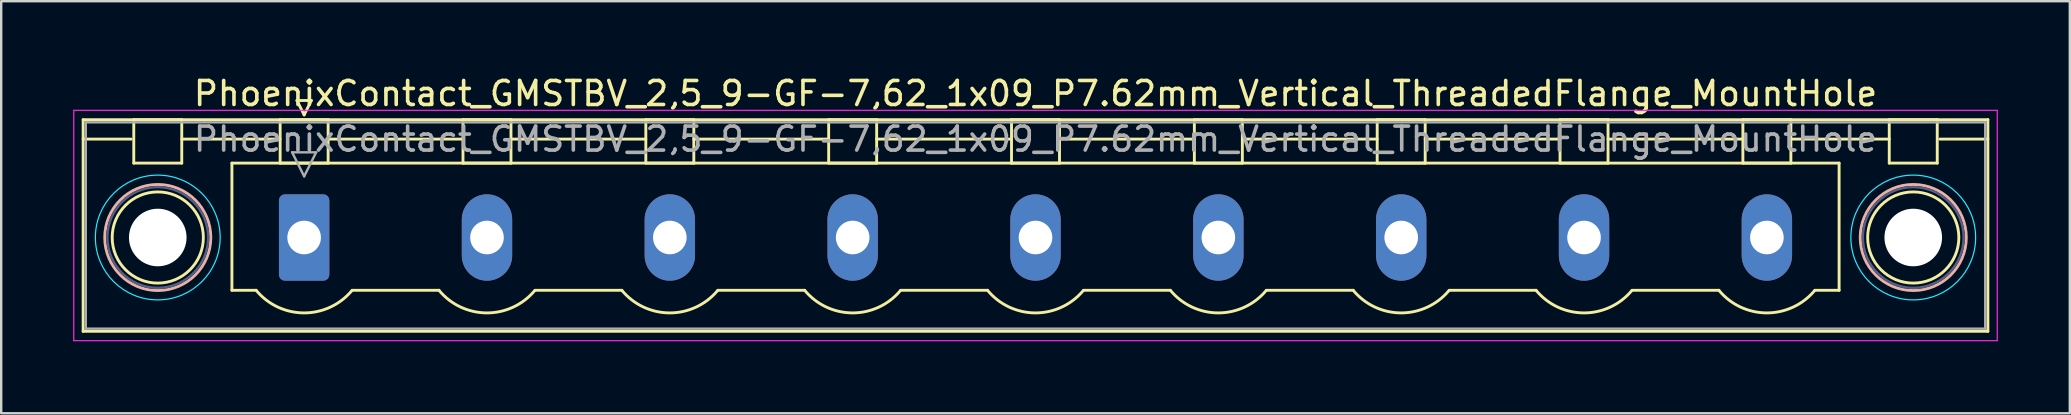
<source format=kicad_pcb>
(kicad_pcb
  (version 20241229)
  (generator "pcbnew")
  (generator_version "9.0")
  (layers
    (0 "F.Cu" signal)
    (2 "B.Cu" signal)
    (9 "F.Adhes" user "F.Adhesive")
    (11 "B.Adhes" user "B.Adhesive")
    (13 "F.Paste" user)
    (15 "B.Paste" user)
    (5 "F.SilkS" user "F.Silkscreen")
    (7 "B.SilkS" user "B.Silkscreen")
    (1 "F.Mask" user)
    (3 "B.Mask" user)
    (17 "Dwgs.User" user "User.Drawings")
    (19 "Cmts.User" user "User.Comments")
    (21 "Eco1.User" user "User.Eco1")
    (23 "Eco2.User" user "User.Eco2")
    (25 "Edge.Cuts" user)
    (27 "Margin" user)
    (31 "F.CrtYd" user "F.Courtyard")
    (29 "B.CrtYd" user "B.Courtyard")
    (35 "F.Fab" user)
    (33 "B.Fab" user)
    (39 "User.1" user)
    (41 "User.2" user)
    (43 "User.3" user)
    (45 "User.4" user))
  (footprint "PhoenixContact_GMSTBV_2,5_9-GF-7,62_1x09_P7.62mm_Vertical_ThreadedFlange_MountHole"
    (layer "F.Cu")
    (at 9.625 6.848)
    (property "Reference" "PhoenixContact_GMSTBV_2,5_9-GF-7,62_1x09_P7.62mm_Vertical_ThreadedFlange_MountHole" (at 30.48 -6 0) (layer "F.SilkS") (effects (font (size 1 1) (thickness 0.15))))
    (attr through_hole)
    (fp_line (start -9.21 -4.91) (end -9.21 3.91) (stroke (width 0.12) (type solid)) (layer "F.SilkS"))
    (fp_line (start -9.21 -4.1) (end -7.21 -4.1) (stroke (width 0.12) (type solid)) (layer "F.SilkS"))
    (fp_line (start -9.21 3.91) (end 70.17 3.91) (stroke (width 0.12) (type solid)) (layer "F.SilkS"))
    (fp_line (start -7.1 -4.91) (end -5.1 -4.91) (stroke (width 0.12) (type solid)) (layer "F.SilkS"))
    (fp_line (start -7.1 -3.1) (end -7.1 -4.91) (stroke (width 0.12) (type solid)) (layer "F.SilkS"))
    (fp_line (start -5.1 -4.91) (end -5.1 -3.1) (stroke (width 0.12) (type solid)) (layer "F.SilkS"))
    (fp_line (start -5.1 -4.1) (end -1 -4.1) (stroke (width 0.12) (type solid)) (layer "F.SilkS"))
    (fp_line (start -5.1 -3.1) (end -7.1 -3.1) (stroke (width 0.12) (type solid)) (layer "F.SilkS"))
    (fp_line (start -3.01 -3.1) (end 63.97 -3.1) (stroke (width 0.12) (type solid)) (layer "F.SilkS"))
    (fp_line (start -3.01 2.2) (end -3.01 -3.1) (stroke (width 0.12) (type solid)) (layer "F.SilkS"))
    (fp_line (start -2 2.2) (end -3.01 2.2) (stroke (width 0.12) (type solid)) (layer "F.SilkS"))
    (fp_line (start -1 -4.91) (end 1 -4.91) (stroke (width 0.12) (type solid)) (layer "F.SilkS"))
    (fp_line (start -1 -3.1) (end -1 -4.91) (stroke (width 0.12) (type solid)) (layer "F.SilkS"))
    (fp_line (start -0.3 -5.71) (end 0.3 -5.71) (stroke (width 0.12) (type solid)) (layer "F.SilkS"))
    (fp_line (start 0 -5.11) (end -0.3 -5.71) (stroke (width 0.12) (type solid)) (layer "F.SilkS"))
    (fp_line (start 0.3 -5.71) (end 0 -5.11) (stroke (width 0.12) (type solid)) (layer "F.SilkS"))
    (fp_line (start 1 -4.91) (end 1 -3.1) (stroke (width 0.12) (type solid)) (layer "F.SilkS"))
    (fp_line (start 1 -4.1) (end 6.62 -4.1) (stroke (width 0.12) (type solid)) (layer "F.SilkS"))
    (fp_line (start 1 -3.1) (end -1 -3.1) (stroke (width 0.12) (type solid)) (layer "F.SilkS"))
    (fp_line (start 2 2.2) (end 5.62 2.2) (stroke (width 0.12) (type solid)) (layer "F.SilkS"))
    (fp_line (start 6.62 -4.91) (end 8.62 -4.91) (stroke (width 0.12) (type solid)) (layer "F.SilkS"))
    (fp_line (start 6.62 -3.1) (end 6.62 -4.91) (stroke (width 0.12) (type solid)) (layer "F.SilkS"))
    (fp_line (start 8.62 -4.91) (end 8.62 -3.1) (stroke (width 0.12) (type solid)) (layer "F.SilkS"))
    (fp_line (start 8.62 -4.1) (end 14.24 -4.1) (stroke (width 0.12) (type solid)) (layer "F.SilkS"))
    (fp_line (start 8.62 -3.1) (end 6.62 -3.1) (stroke (width 0.12) (type solid)) (layer "F.SilkS"))
    (fp_line (start 9.62 2.2) (end 13.24 2.2) (stroke (width 0.12) (type solid)) (layer "F.SilkS"))
    (fp_line (start 14.24 -4.91) (end 16.24 -4.91) (stroke (width 0.12) (type solid)) (layer "F.SilkS"))
    (fp_line (start 14.24 -3.1) (end 14.24 -4.91) (stroke (width 0.12) (type solid)) (layer "F.SilkS"))
    (fp_line (start 16.24 -4.91) (end 16.24 -3.1) (stroke (width 0.12) (type solid)) (layer "F.SilkS"))
    (fp_line (start 16.24 -4.1) (end 21.86 -4.1) (stroke (width 0.12) (type solid)) (layer "F.SilkS"))
    (fp_line (start 16.24 -3.1) (end 14.24 -3.1) (stroke (width 0.12) (type solid)) (layer "F.SilkS"))
    (fp_line (start 17.24 2.2) (end 20.86 2.2) (stroke (width 0.12) (type solid)) (layer "F.SilkS"))
    (fp_line (start 21.86 -4.91) (end 23.86 -4.91) (stroke (width 0.12) (type solid)) (layer "F.SilkS"))
    (fp_line (start 21.86 -3.1) (end 21.86 -4.91) (stroke (width 0.12) (type solid)) (layer "F.SilkS"))
    (fp_line (start 23.86 -4.91) (end 23.86 -3.1) (stroke (width 0.12) (type solid)) (layer "F.SilkS"))
    (fp_line (start 23.86 -4.1) (end 29.48 -4.1) (stroke (width 0.12) (type solid)) (layer "F.SilkS"))
    (fp_line (start 23.86 -3.1) (end 21.86 -3.1) (stroke (width 0.12) (type solid)) (layer "F.SilkS"))
    (fp_line (start 24.86 2.2) (end 28.48 2.2) (stroke (width 0.12) (type solid)) (layer "F.SilkS"))
    (fp_line (start 29.48 -4.91) (end 31.48 -4.91) (stroke (width 0.12) (type solid)) (layer "F.SilkS"))
    (fp_line (start 29.48 -3.1) (end 29.48 -4.91) (stroke (width 0.12) (type solid)) (layer "F.SilkS"))
    (fp_line (start 31.48 -4.91) (end 31.48 -3.1) (stroke (width 0.12) (type solid)) (layer "F.SilkS"))
    (fp_line (start 31.48 -4.1) (end 37.1 -4.1) (stroke (width 0.12) (type solid)) (layer "F.SilkS"))
    (fp_line (start 31.48 -3.1) (end 29.48 -3.1) (stroke (width 0.12) (type solid)) (layer "F.SilkS"))
    (fp_line (start 32.48 2.2) (end 36.1 2.2) (stroke (width 0.12) (type solid)) (layer "F.SilkS"))
    (fp_line (start 37.1 -4.91) (end 39.1 -4.91) (stroke (width 0.12) (type solid)) (layer "F.SilkS"))
    (fp_line (start 37.1 -3.1) (end 37.1 -4.91) (stroke (width 0.12) (type solid)) (layer "F.SilkS"))
    (fp_line (start 39.1 -4.91) (end 39.1 -3.1) (stroke (width 0.12) (type solid)) (layer "F.SilkS"))
    (fp_line (start 39.1 -4.1) (end 44.72 -4.1) (stroke (width 0.12) (type solid)) (layer "F.SilkS"))
    (fp_line (start 39.1 -3.1) (end 37.1 -3.1) (stroke (width 0.12) (type solid)) (layer "F.SilkS"))
    (fp_line (start 40.1 2.2) (end 43.72 2.2) (stroke (width 0.12) (type solid)) (layer "F.SilkS"))
    (fp_line (start 44.72 -4.91) (end 46.72 -4.91) (stroke (width 0.12) (type solid)) (layer "F.SilkS"))
    (fp_line (start 44.72 -3.1) (end 44.72 -4.91) (stroke (width 0.12) (type solid)) (layer "F.SilkS"))
    (fp_line (start 46.72 -4.91) (end 46.72 -3.1) (stroke (width 0.12) (type solid)) (layer "F.SilkS"))
    (fp_line (start 46.72 -4.1) (end 52.34 -4.1) (stroke (width 0.12) (type solid)) (layer "F.SilkS"))
    (fp_line (start 46.72 -3.1) (end 44.72 -3.1) (stroke (width 0.12) (type solid)) (layer "F.SilkS"))
    (fp_line (start 47.72 2.2) (end 51.34 2.2) (stroke (width 0.12) (type solid)) (layer "F.SilkS"))
    (fp_line (start 52.34 -4.91) (end 54.34 -4.91) (stroke (width 0.12) (type solid)) (layer "F.SilkS"))
    (fp_line (start 52.34 -3.1) (end 52.34 -4.91) (stroke (width 0.12) (type solid)) (layer "F.SilkS"))
    (fp_line (start 54.34 -4.91) (end 54.34 -3.1) (stroke (width 0.12) (type solid)) (layer "F.SilkS"))
    (fp_line (start 54.34 -4.1) (end 59.96 -4.1) (stroke (width 0.12) (type solid)) (layer "F.SilkS"))
    (fp_line (start 54.34 -3.1) (end 52.34 -3.1) (stroke (width 0.12) (type solid)) (layer "F.SilkS"))
    (fp_line (start 55.34 2.2) (end 58.96 2.2) (stroke (width 0.12) (type solid)) (layer "F.SilkS"))
    (fp_line (start 59.96 -4.91) (end 61.96 -4.91) (stroke (width 0.12) (type solid)) (layer "F.SilkS"))
    (fp_line (start 59.96 -3.1) (end 59.96 -4.91) (stroke (width 0.12) (type solid)) (layer "F.SilkS"))
    (fp_line (start 61.96 -4.91) (end 61.96 -3.1) (stroke (width 0.12) (type solid)) (layer "F.SilkS"))
    (fp_line (start 61.96 -4.1) (end 66.06 -4.1) (stroke (width 0.12) (type solid)) (layer "F.SilkS"))
    (fp_line (start 61.96 -3.1) (end 59.96 -3.1) (stroke (width 0.12) (type solid)) (layer "F.SilkS"))
    (fp_line (start 63.97 -3.1) (end 63.97 2.2) (stroke (width 0.12) (type solid)) (layer "F.SilkS"))
    (fp_line (start 63.97 2.2) (end 62.96 2.2) (stroke (width 0.12) (type solid)) (layer "F.SilkS"))
    (fp_line (start 66.06 -4.91) (end 68.06 -4.91) (stroke (width 0.12) (type solid)) (layer "F.SilkS"))
    (fp_line (start 66.06 -3.1) (end 66.06 -4.91) (stroke (width 0.12) (type solid)) (layer "F.SilkS"))
    (fp_line (start 68.06 -4.91) (end 68.06 -3.1) (stroke (width 0.12) (type solid)) (layer "F.SilkS"))
    (fp_line (start 68.06 -3.1) (end 66.06 -3.1) (stroke (width 0.12) (type solid)) (layer "F.SilkS"))
    (fp_line (start 70.17 -4.91) (end -9.21 -4.91) (stroke (width 0.12) (type solid)) (layer "F.SilkS"))
    (fp_line (start 70.17 -4.1) (end 68.17 -4.1) (stroke (width 0.12) (type solid)) (layer "F.SilkS"))
    (fp_line (start 70.17 3.91) (end 70.17 -4.91) (stroke (width 0.12) (type solid)) (layer "F.SilkS"))
    (fp_arc (start 1.986842 2.215821) (mid -0.010289 3.142758) (end -2 2.2) (stroke (width 0.12) (type solid)) (layer "F.SilkS"))
    (fp_arc (start 9.606842 2.215821) (mid 7.609711 3.142758) (end 5.62 2.2) (stroke (width 0.12) (type solid)) (layer "F.SilkS"))
    (fp_arc (start 17.226842 2.215821) (mid 15.229711 3.142758) (end 13.24 2.2) (stroke (width 0.12) (type solid)) (layer "F.SilkS"))
    (fp_arc (start 24.846842 2.215821) (mid 22.849711 3.142758) (end 20.86 2.2) (stroke (width 0.12) (type solid)) (layer "F.SilkS"))
    (fp_arc (start 32.466842 2.215821) (mid 30.469711 3.142758) (end 28.48 2.2) (stroke (width 0.12) (type solid)) (layer "F.SilkS"))
    (fp_arc (start 40.086842 2.215821) (mid 38.089711 3.142758) (end 36.1 2.2) (stroke (width 0.12) (type solid)) (layer "F.SilkS"))
    (fp_arc (start 47.706842 2.215821) (mid 45.709711 3.142758) (end 43.72 2.2) (stroke (width 0.12) (type solid)) (layer "F.SilkS"))
    (fp_arc (start 55.326842 2.215821) (mid 53.329711 3.142758) (end 51.34 2.2) (stroke (width 0.12) (type solid)) (layer "F.SilkS"))
    (fp_arc (start 62.946842 2.215821) (mid 60.949711 3.142758) (end 58.96 2.2) (stroke (width 0.12) (type solid)) (layer "F.SilkS"))
    (fp_circle (center -6.1 0) (end -4.2 0) (stroke (width 0.12) (type solid)) (fill no) (layer "F.SilkS"))
    (fp_circle (center 67.06 0) (end 68.96 0) (stroke (width 0.12) (type solid)) (fill no) (layer "F.SilkS"))
    (fp_circle (center -6.1 0) (end -3.89 0) (stroke (width 0.12) (type solid)) (fill no) (layer "B.SilkS"))
    (fp_circle (center 67.06 0) (end 69.27 0) (stroke (width 0.12) (type solid)) (fill no) (layer "B.SilkS"))
    (fp_circle (center -6.1 0) (end -3.5 0) (stroke (width 0.05) (type solid)) (fill no) (layer "B.CrtYd"))
    (fp_circle (center 67.06 0) (end 69.66 0) (stroke (width 0.05) (type solid)) (fill no) (layer "B.CrtYd"))
    (fp_line (start -9.6 -5.3) (end -9.6 4.3) (stroke (width 0.05) (type solid)) (layer "F.CrtYd"))
    (fp_line (start -9.6 4.3) (end 70.56 4.3) (stroke (width 0.05) (type solid)) (layer "F.CrtYd"))
    (fp_line (start 70.56 -5.3) (end -9.6 -5.3) (stroke (width 0.05) (type solid)) (layer "F.CrtYd"))
    (fp_line (start 70.56 4.3) (end 70.56 -5.3) (stroke (width 0.05) (type solid)) (layer "F.CrtYd"))
    (fp_circle (center -6.1 0) (end -4 0) (stroke (width 0.1) (type solid)) (fill no) (layer "B.Fab"))
    (fp_circle (center 67.06 0) (end 69.16 0) (stroke (width 0.1) (type solid)) (fill no) (layer "B.Fab"))
    (fp_line (start -9.1 -4.8) (end -9.1 3.8) (stroke (width 0.1) (type solid)) (layer "F.Fab"))
    (fp_line (start -9.1 3.8) (end 70.06 3.8) (stroke (width 0.1) (type solid)) (layer "F.Fab"))
    (fp_line (start -0.5 -3.55) (end 0.5 -3.55) (stroke (width 0.1) (type solid)) (layer "F.Fab"))
    (fp_line (start 0 -2.55) (end -0.5 -3.55) (stroke (width 0.1) (type solid)) (layer "F.Fab"))
    (fp_line (start 0.5 -3.55) (end 0 -2.55) (stroke (width 0.1) (type solid)) (layer "F.Fab"))
    (fp_line (start 70.06 -4.8) (end -9.1 -4.8) (stroke (width 0.1) (type solid)) (layer "F.Fab"))
    (fp_line (start 70.06 3.8) (end 70.06 -4.8) (stroke (width 0.1) (type solid)) (layer "F.Fab"))
    (fp_text user "${REFERENCE}" (at 30.48 -4.1 0) (layer "F.Fab") (effects (font (size 1 1) (thickness 0.15))))
    (pad "" np_thru_hole circle (at -6.1 0) (size 2.4 2.4) (drill 2.4) (layers "*.Cu" "*.Mask"))
    (pad "" np_thru_hole circle (at 67.06 0) (size 2.4 2.4) (drill 2.4) (layers "*.Cu" "*.Mask"))
    (pad "1" thru_hole roundrect (at 0 0) (size 2.1 3.6) (drill 1.4) (layers "*.Cu" "*.Mask") (roundrect_rratio 0.119))
    (pad "2" thru_hole oval (at 7.62 0) (size 2.1 3.6) (drill 1.4) (layers "*.Cu" "*.Mask"))
    (pad "3" thru_hole oval (at 15.24 0) (size 2.1 3.6) (drill 1.4) (layers "*.Cu" "*.Mask"))
    (pad "4" thru_hole oval (at 22.86 0) (size 2.1 3.6) (drill 1.4) (layers "*.Cu" "*.Mask"))
    (pad "5" thru_hole oval (at 30.48 0) (size 2.1 3.6) (drill 1.4) (layers "*.Cu" "*.Mask"))
    (pad "6" thru_hole oval (at 38.1 0) (size 2.1 3.6) (drill 1.4) (layers "*.Cu" "*.Mask"))
    (pad "7" thru_hole oval (at 45.72 0) (size 2.1 3.6) (drill 1.4) (layers "*.Cu" "*.Mask"))
    (pad "8" thru_hole oval (at 53.34 0) (size 2.1 3.6) (drill 1.4) (layers "*.Cu" "*.Mask"))
    (pad "9" thru_hole oval (at 60.96 0) (size 2.1 3.6) (drill 1.4) (layers "*.Cu" "*.Mask")))
  (gr_rect
    (start -3 -3)
    (end 83.21 14.173)
    (stroke (width 0.1) (type default))
    (fill no)
    (layer "Edge.Cuts")))
</source>
